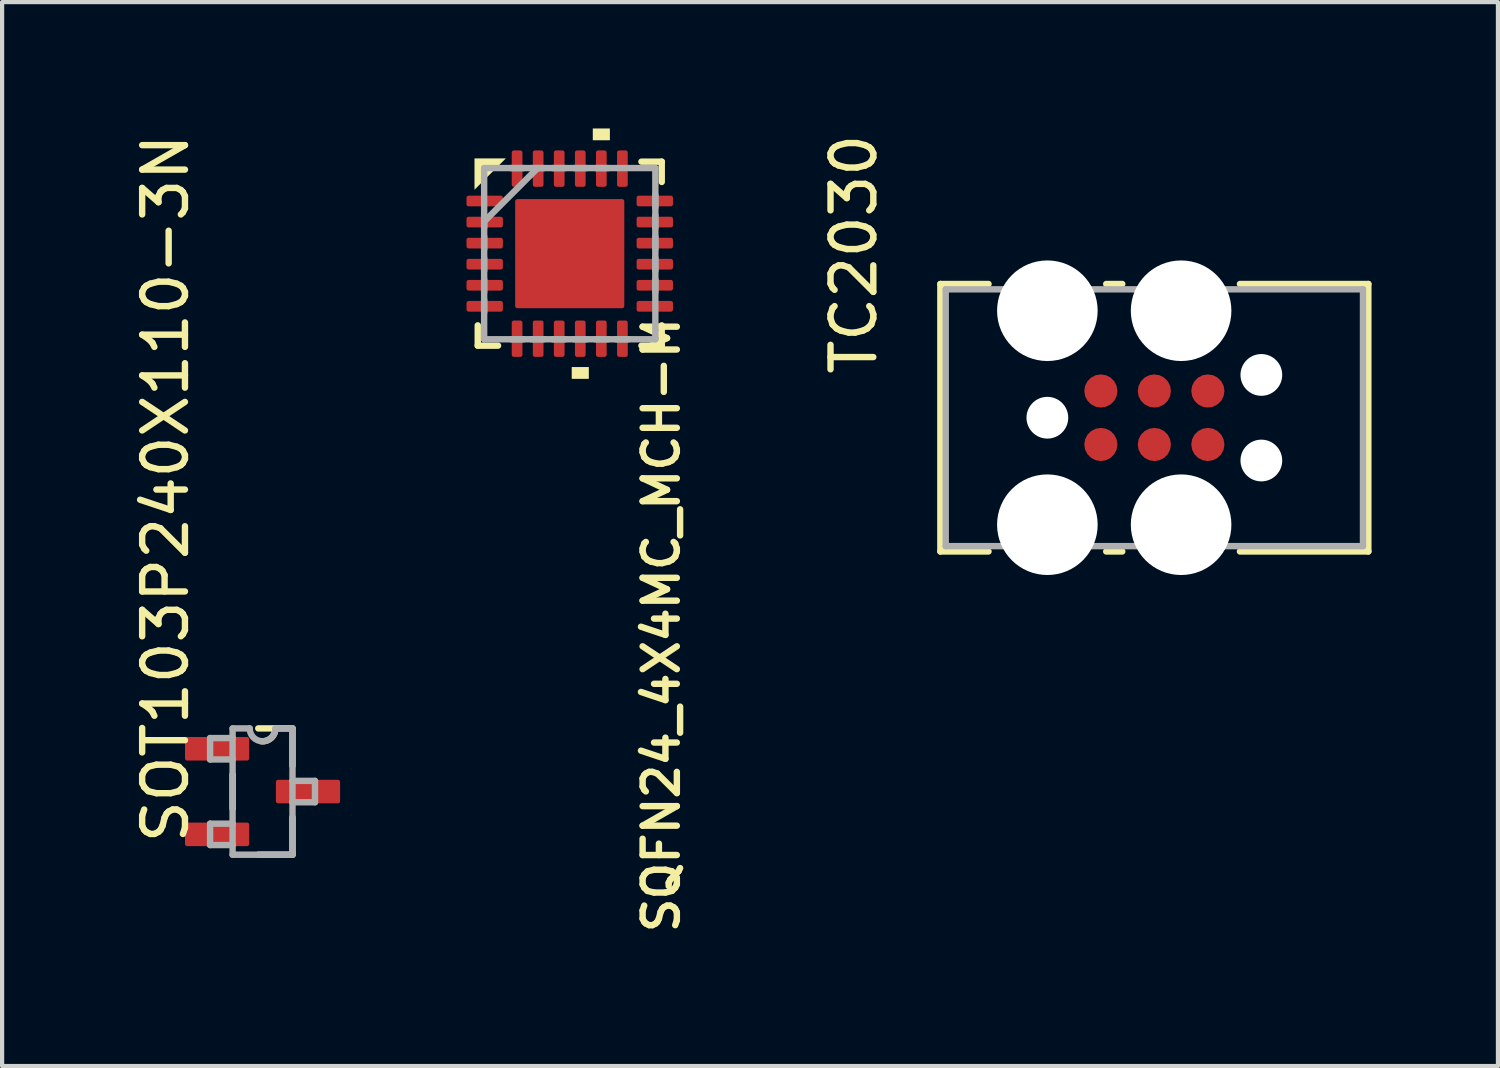
<source format=kicad_pcb>
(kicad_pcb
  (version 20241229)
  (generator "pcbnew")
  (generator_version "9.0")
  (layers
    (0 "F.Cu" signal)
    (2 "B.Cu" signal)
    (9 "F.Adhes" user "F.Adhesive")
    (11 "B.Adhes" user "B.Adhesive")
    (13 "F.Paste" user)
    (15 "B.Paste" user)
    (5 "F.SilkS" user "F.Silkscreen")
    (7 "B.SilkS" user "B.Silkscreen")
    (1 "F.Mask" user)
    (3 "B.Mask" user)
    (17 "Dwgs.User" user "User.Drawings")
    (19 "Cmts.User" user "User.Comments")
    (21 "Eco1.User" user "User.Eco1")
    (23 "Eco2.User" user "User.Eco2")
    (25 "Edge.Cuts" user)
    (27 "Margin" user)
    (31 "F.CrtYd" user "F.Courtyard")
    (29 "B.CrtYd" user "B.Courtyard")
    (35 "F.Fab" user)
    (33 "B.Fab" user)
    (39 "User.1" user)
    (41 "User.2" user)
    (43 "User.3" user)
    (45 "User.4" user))
  (footprint "SOT103P240X110-3N"
    (layer "F.Cu")
    (at 3.183 15.742)
    (property "Reference" "SOT103P240X110-3N" (at -1.71 1.3 90) (layer "F.SilkS") (effects (font (size 1.016 1.016) (thickness 0.152)) (justify left bottom)))
    (attr smd)
    (fp_line (start -0.711 -0.406) (end -0.711 0.406) (stroke (width 0.152) (type solid)) (layer "F.SilkS"))
    (fp_line (start -0.102 1.499) (end 0.711 1.499) (stroke (width 0.152) (type solid)) (layer "F.SilkS"))
    (fp_line (start 0.305 -1.499) (end -0.102 -1.499) (stroke (width 0.152) (type solid)) (layer "F.SilkS"))
    (fp_line (start 0.711 -1.499) (end 0.305 -1.499) (stroke (width 0.152) (type solid)) (layer "F.SilkS"))
    (fp_line (start 0.711 -0.61) (end 0.711 -1.499) (stroke (width 0.152) (type solid)) (layer "F.SilkS"))
    (fp_line (start 0.711 1.499) (end 0.711 0.61) (stroke (width 0.152) (type solid)) (layer "F.SilkS"))
    (fp_arc (start 0.3048 -1.4986) (mid 0.206758 -1.273554) (end -0.0254 -1.1938) (stroke (width 0.1524) (type solid)) (layer "F.SilkS"))
    (fp_line (start -1.245 -1.27) (end -1.245 -0.762) (stroke (width 0.152) (type solid)) (layer "F.Fab"))
    (fp_line (start -1.245 -0.762) (end -0.711 -0.762) (stroke (width 0.152) (type solid)) (layer "F.Fab"))
    (fp_line (start -1.245 0.762) (end -1.245 1.27) (stroke (width 0.152) (type solid)) (layer "F.Fab"))
    (fp_line (start -1.245 1.27) (end -0.711 1.27) (stroke (width 0.152) (type solid)) (layer "F.Fab"))
    (fp_line (start -0.711 -1.499) (end -0.711 -1.27) (stroke (width 0.152) (type solid)) (layer "F.Fab"))
    (fp_line (start -0.711 -1.27) (end -1.245 -1.27) (stroke (width 0.152) (type solid)) (layer "F.Fab"))
    (fp_line (start -0.711 -1.27) (end -0.711 -0.762) (stroke (width 0.152) (type solid)) (layer "F.Fab"))
    (fp_line (start -0.711 -0.762) (end -0.711 0.762) (stroke (width 0.152) (type solid)) (layer "F.Fab"))
    (fp_line (start -0.711 0.762) (end -1.245 0.762) (stroke (width 0.152) (type solid)) (layer "F.Fab"))
    (fp_line (start -0.711 1.27) (end -0.711 0.762) (stroke (width 0.152) (type solid)) (layer "F.Fab"))
    (fp_line (start -0.711 1.499) (end -0.711 1.27) (stroke (width 0.152) (type solid)) (layer "F.Fab"))
    (fp_line (start -0.711 1.499) (end 0.711 1.499) (stroke (width 0.152) (type solid)) (layer "F.Fab"))
    (fp_line (start -0.305 -1.499) (end -0.711 -1.499) (stroke (width 0.152) (type solid)) (layer "F.Fab"))
    (fp_line (start 0.711 -1.499) (end 0.305 -1.499) (stroke (width 0.152) (type solid)) (layer "F.Fab"))
    (fp_line (start 0.711 -0.254) (end 0.711 -1.499) (stroke (width 0.152) (type solid)) (layer "F.Fab"))
    (fp_line (start 0.711 0.254) (end 0.711 -0.254) (stroke (width 0.152) (type solid)) (layer "F.Fab"))
    (fp_line (start 0.711 0.254) (end 1.245 0.254) (stroke (width 0.152) (type solid)) (layer "F.Fab"))
    (fp_line (start 0.711 1.499) (end 0.711 0.254) (stroke (width 0.152) (type solid)) (layer "F.Fab"))
    (fp_line (start 1.245 -0.254) (end 0.711 -0.254) (stroke (width 0.152) (type solid)) (layer "F.Fab"))
    (fp_line (start 1.245 0.254) (end 1.245 -0.254) (stroke (width 0.152) (type solid)) (layer "F.Fab"))
    (fp_arc (start 0.3048 -1.4986) (mid 0 -1.1938) (end -0.3048 -1.4986) (stroke (width 0.1524) (type solid)) (layer "F.Fab"))
    (pad "1" smd roundrect (at -1.079 -1.016) (size 1.524 0.559) (layers "F.Cu" "F.Mask" "F.Paste") (roundrect_rratio 0.091))
    (pad "2" smd roundrect (at -1.079 1.016) (size 1.524 0.559) (layers "F.Cu" "F.Mask" "F.Paste") (roundrect_rratio 0.091))
    (pad "3" smd roundrect (at 1.079 0) (size 1.524 0.559) (layers "F.Cu" "F.Mask" "F.Paste") (roundrect_rratio 0.091)))
  (footprint "SQFN24_4X4MC_MCH-M"
    (layer "F.Cu")
    (at 10.476 2.972)
    (property "Reference" "SQFN24_4X4MC_MCH-M" (at 2.65 1.44 90) (layer "F.SilkS") (effects (font (size 0.813 0.813) (thickness 0.152)) (justify right bottom)))
    (attr smd)
    (fp_line (start -2.184 1.702) (end -2.184 2.184) (stroke (width 0.152) (type solid)) (layer "F.SilkS"))
    (fp_line (start -2.184 2.184) (end -1.702 2.184) (stroke (width 0.152) (type solid)) (layer "F.SilkS"))
    (fp_line (start 1.702 2.184) (end 2.184 2.184) (stroke (width 0.152) (type solid)) (layer "F.SilkS"))
    (fp_line (start 2.184 -2.184) (end 1.702 -2.184) (stroke (width 0.152) (type solid)) (layer "F.SilkS"))
    (fp_line (start 2.184 -1.702) (end 2.184 -2.184) (stroke (width 0.152) (type solid)) (layer "F.SilkS"))
    (fp_line (start 2.184 2.184) (end 2.184 1.702) (stroke (width 0.152) (type solid)) (layer "F.SilkS"))
    (fp_poly (pts (xy -2.261 -1.518) (xy -2.261 -2.261) (xy -1.518 -2.261)) (stroke (width 0) (type default)) (fill yes) (layer "F.SilkS"))
    (fp_poly (pts (xy 0.453 2.972) (xy 0.047 2.972) (xy 0.047 2.692) (xy 0.453 2.692)) (stroke (width 0) (type default)) (fill yes) (layer "F.SilkS"))
    (fp_poly (pts (xy 0.953 -2.692) (xy 0.547 -2.692) (xy 0.547 -2.972) (xy 0.953 -2.972)) (stroke (width 0) (type default)) (fill yes) (layer "F.SilkS"))
    (fp_poly (pts (xy -0.087 -0.087) (xy -1.208 -0.087) (xy -1.208 -1.208) (xy -0.087 -1.208)) (stroke (width 0) (type default)) (fill yes) (layer "F.Paste"))
    (fp_poly (pts (xy -0.087 1.208) (xy -1.208 1.208) (xy -1.208 0.087) (xy -0.087 0.087)) (stroke (width 0) (type default)) (fill yes) (layer "F.Paste"))
    (fp_poly (pts (xy 1.208 -0.087) (xy 0.087 -0.087) (xy 0.087 -1.208) (xy 1.208 -1.208)) (stroke (width 0) (type default)) (fill yes) (layer "F.Paste"))
    (fp_poly (pts (xy 1.208 1.208) (xy 0.087 1.208) (xy 0.087 0.087) (xy 1.208 0.087)) (stroke (width 0) (type default)) (fill yes) (layer "F.Paste"))
    (fp_line (start -2.032 -2.032) (end -2.032 2.032) (stroke (width 0.152) (type solid)) (layer "F.Fab"))
    (fp_line (start -2.032 -0.914) (end -2.032 -0.61) (stroke (width 0.152) (type solid)) (layer "F.Fab"))
    (fp_line (start -2.032 -0.762) (end -0.762 -2.032) (stroke (width 0.152) (type solid)) (layer "F.Fab"))
    (fp_line (start -2.032 -0.406) (end -2.032 -0.102) (stroke (width 0.152) (type solid)) (layer "F.Fab"))
    (fp_line (start -2.032 0.102) (end -2.032 0.406) (stroke (width 0.152) (type solid)) (layer "F.Fab"))
    (fp_line (start -2.032 0.61) (end -2.032 0.914) (stroke (width 0.152) (type solid)) (layer "F.Fab"))
    (fp_line (start -2.032 1.092) (end -2.032 1.397) (stroke (width 0.152) (type solid)) (layer "F.Fab"))
    (fp_line (start -2.032 2.032) (end 2.032 2.032) (stroke (width 0.152) (type solid)) (layer "F.Fab"))
    (fp_line (start -1.397 2.032) (end -1.092 2.032) (stroke (width 0.152) (type solid)) (layer "F.Fab"))
    (fp_line (start -1.092 -2.032) (end -1.397 -2.032) (stroke (width 0.152) (type solid)) (layer "F.Fab"))
    (fp_line (start -0.914 2.032) (end -0.61 2.032) (stroke (width 0.152) (type solid)) (layer "F.Fab"))
    (fp_line (start -0.61 -2.032) (end -0.914 -2.032) (stroke (width 0.152) (type solid)) (layer "F.Fab"))
    (fp_line (start -0.406 2.032) (end -0.102 2.032) (stroke (width 0.152) (type solid)) (layer "F.Fab"))
    (fp_line (start -0.102 -2.032) (end -0.406 -2.032) (stroke (width 0.152) (type solid)) (layer "F.Fab"))
    (fp_line (start 0.102 2.032) (end 0.406 2.032) (stroke (width 0.152) (type solid)) (layer "F.Fab"))
    (fp_line (start 0.406 -2.032) (end 0.102 -2.032) (stroke (width 0.152) (type solid)) (layer "F.Fab"))
    (fp_line (start 0.61 2.032) (end 0.914 2.032) (stroke (width 0.152) (type solid)) (layer "F.Fab"))
    (fp_line (start 0.914 -2.032) (end 0.61 -2.032) (stroke (width 0.152) (type solid)) (layer "F.Fab"))
    (fp_line (start 1.092 2.032) (end 1.397 2.032) (stroke (width 0.152) (type solid)) (layer "F.Fab"))
    (fp_line (start 2.032 -2.032) (end -2.032 -2.032) (stroke (width 0.152) (type solid)) (layer "F.Fab"))
    (fp_line (start 2.032 -1.092) (end 2.032 -1.397) (stroke (width 0.152) (type solid)) (layer "F.Fab"))
    (fp_line (start 2.032 -0.61) (end 2.032 -0.914) (stroke (width 0.152) (type solid)) (layer "F.Fab"))
    (fp_line (start 2.032 -0.102) (end 2.032 -0.406) (stroke (width 0.152) (type solid)) (layer "F.Fab"))
    (fp_line (start 2.032 0.406) (end 2.032 0.102) (stroke (width 0.152) (type solid)) (layer "F.Fab"))
    (fp_line (start 2.032 0.914) (end 2.032 0.61) (stroke (width 0.152) (type solid)) (layer "F.Fab"))
    (fp_line (start 2.032 2.032) (end 2.032 -2.032) (stroke (width 0.152) (type solid)) (layer "F.Fab"))
    (pad "1" smd roundrect (at -2.019 -1.25 270) (size 0.254 0.864) (layers "F.Cu" "F.Mask" "F.Paste") (roundrect_rratio 0.2))
    (pad "2" smd roundrect (at -2.019 -0.75 270) (size 0.254 0.864) (layers "F.Cu" "F.Mask" "F.Paste") (roundrect_rratio 0.2))
    (pad "3" smd roundrect (at -2.019 -0.25 270) (size 0.254 0.864) (layers "F.Cu" "F.Mask" "F.Paste") (roundrect_rratio 0.2))
    (pad "4" smd roundrect (at -2.019 0.25 270) (size 0.254 0.864) (layers "F.Cu" "F.Mask" "F.Paste") (roundrect_rratio 0.2))
    (pad "5" smd roundrect (at -2.019 0.75 270) (size 0.254 0.864) (layers "F.Cu" "F.Mask" "F.Paste") (roundrect_rratio 0.2))
    (pad "6" smd roundrect (at -2.019 1.25 270) (size 0.254 0.864) (layers "F.Cu" "F.Mask" "F.Paste") (roundrect_rratio 0.2))
    (pad "7" smd roundrect (at -1.25 2.019 180) (size 0.254 0.864) (layers "F.Cu" "F.Mask" "F.Paste") (roundrect_rratio 0.2))
    (pad "8" smd roundrect (at -0.75 2.019 180) (size 0.254 0.864) (layers "F.Cu" "F.Mask" "F.Paste") (roundrect_rratio 0.2))
    (pad "9" smd roundrect (at -0.25 2.019 180) (size 0.254 0.864) (layers "F.Cu" "F.Mask" "F.Paste") (roundrect_rratio 0.2))
    (pad "10" smd roundrect (at 0.25 2.019 180) (size 0.254 0.864) (layers "F.Cu" "F.Mask" "F.Paste") (roundrect_rratio 0.2))
    (pad "11" smd roundrect (at 0.75 2.019 180) (size 0.254 0.864) (layers "F.Cu" "F.Mask" "F.Paste") (roundrect_rratio 0.2))
    (pad "12" smd roundrect (at 1.25 2.019 180) (size 0.254 0.864) (layers "F.Cu" "F.Mask" "F.Paste") (roundrect_rratio 0.2))
    (pad "13" smd roundrect (at 2.019 1.25 270) (size 0.254 0.864) (layers "F.Cu" "F.Mask" "F.Paste") (roundrect_rratio 0.2))
    (pad "14" smd roundrect (at 2.019 0.75 270) (size 0.254 0.864) (layers "F.Cu" "F.Mask" "F.Paste") (roundrect_rratio 0.2))
    (pad "15" smd roundrect (at 2.019 0.25 270) (size 0.254 0.864) (layers "F.Cu" "F.Mask" "F.Paste") (roundrect_rratio 0.2))
    (pad "16" smd roundrect (at 2.019 -0.25 270) (size 0.254 0.864) (layers "F.Cu" "F.Mask" "F.Paste") (roundrect_rratio 0.2))
    (pad "17" smd roundrect (at 2.019 -0.75 270) (size 0.254 0.864) (layers "F.Cu" "F.Mask" "F.Paste") (roundrect_rratio 0.2))
    (pad "18" smd roundrect (at 2.019 -1.25 270) (size 0.254 0.864) (layers "F.Cu" "F.Mask" "F.Paste") (roundrect_rratio 0.2))
    (pad "19" smd roundrect (at 1.25 -2.019 180) (size 0.254 0.864) (layers "F.Cu" "F.Mask" "F.Paste") (roundrect_rratio 0.2))
    (pad "20" smd roundrect (at 0.75 -2.019 180) (size 0.254 0.864) (layers "F.Cu" "F.Mask" "F.Paste") (roundrect_rratio 0.2))
    (pad "21" smd roundrect (at 0.25 -2.019 180) (size 0.254 0.864) (layers "F.Cu" "F.Mask" "F.Paste") (roundrect_rratio 0.2))
    (pad "22" smd roundrect (at -0.25 -2.019 180) (size 0.254 0.864) (layers "F.Cu" "F.Mask" "F.Paste") (roundrect_rratio 0.2))
    (pad "23" smd roundrect (at -0.75 -2.019 180) (size 0.254 0.864) (layers "F.Cu" "F.Mask" "F.Paste") (roundrect_rratio 0.2))
    (pad "24" smd roundrect (at -1.25 -2.019 180) (size 0.254 0.864) (layers "F.Cu" "F.Mask" "F.Paste") (roundrect_rratio 0.2))
    (pad "25" smd roundrect (at 0 0) (size 2.591 2.591) (layers "F.Cu" "F.Mask") (roundrect_rratio 0.02)))
  (footprint "TC2030"
    (layer "F.Cu")
    (at 24.355 6.867)
    (property "Reference" "TC2030" (at -6.54 -0.953 90) (layer "F.SilkS") (effects (font (size 1.016 1.016) (thickness 0.152)) (justify left bottom)))
    (fp_line (start -5.08 -3.175) (end -5.08 3.175) (stroke (width 0.152) (type solid)) (layer "F.SilkS"))
    (fp_line (start -5.08 3.175) (end -3.937 3.175) (stroke (width 0.152) (type solid)) (layer "F.SilkS"))
    (fp_line (start -3.937 -3.175) (end -5.08 -3.175) (stroke (width 0.152) (type solid)) (layer "F.SilkS"))
    (fp_line (start -1.143 3.175) (end -0.762 3.175) (stroke (width 0.152) (type solid)) (layer "F.SilkS"))
    (fp_line (start -0.762 -3.175) (end -1.143 -3.175) (stroke (width 0.152) (type solid)) (layer "F.SilkS"))
    (fp_line (start 2.032 3.175) (end 5.08 3.175) (stroke (width 0.152) (type solid)) (layer "F.SilkS"))
    (fp_line (start 5.08 -3.175) (end 2.032 -3.175) (stroke (width 0.152) (type solid)) (layer "F.SilkS"))
    (fp_line (start 5.08 3.175) (end 5.08 -3.175) (stroke (width 0.152) (type solid)) (layer "F.SilkS"))
    (fp_line (start -4.953 -3.048) (end -4.953 3.048) (stroke (width 0.152) (type solid)) (layer "F.Fab"))
    (fp_line (start -4.953 3.048) (end 4.953 3.048) (stroke (width 0.152) (type solid)) (layer "F.Fab"))
    (fp_line (start 4.953 -3.048) (end -4.953 -3.048) (stroke (width 0.152) (type solid)) (layer "F.Fab"))
    (fp_line (start 4.953 3.048) (end 4.953 -3.048) (stroke (width 0.152) (type solid)) (layer "F.Fab"))
    (pad "" np_thru_hole circle (at -2.54 -2.54) (size 2.388 2.388) (drill 2.388) (layers "*.Cu" "*.Mask"))
    (pad "" np_thru_hole circle (at -2.54 0) (size 0.991 0.991) (drill 0.991) (layers "*.Cu" "*.Mask"))
    (pad "" np_thru_hole circle (at -2.54 2.54) (size 2.388 2.388) (drill 2.388) (layers "*.Cu" "*.Mask"))
    (pad "" np_thru_hole circle (at 0.635 -2.54) (size 2.388 2.388) (drill 2.388) (layers "*.Cu" "*.Mask"))
    (pad "" np_thru_hole circle (at 0.635 2.54) (size 2.388 2.388) (drill 2.388) (layers "*.Cu" "*.Mask"))
    (pad "" np_thru_hole circle (at 2.54 -1.016) (size 0.991 0.991) (drill 0.991) (layers "*.Cu" "*.Mask"))
    (pad "" np_thru_hole circle (at 2.54 1.016) (size 0.991 0.991) (drill 0.991) (layers "*.Cu" "*.Mask"))
    (pad "1" smd roundrect (at -1.27 0.635) (size 0.787 0.787) (layers "F.Cu" "F.Mask") (roundrect_rratio 0.5))
    (pad "2" smd roundrect (at -1.27 -0.635) (size 0.787 0.787) (layers "F.Cu" "F.Mask") (roundrect_rratio 0.5))
    (pad "3" smd roundrect (at 0 0.635) (size 0.787 0.787) (layers "F.Cu" "F.Mask") (roundrect_rratio 0.5))
    (pad "4" smd roundrect (at 0 -0.635) (size 0.787 0.787) (layers "F.Cu" "F.Mask") (roundrect_rratio 0.5))
    (pad "5" smd roundrect (at 1.27 0.635) (size 0.787 0.787) (layers "F.Cu" "F.Mask") (roundrect_rratio 0.5))
    (pad "6" smd roundrect (at 1.27 -0.635) (size 0.787 0.787) (layers "F.Cu" "F.Mask") (roundrect_rratio 0.5)))
  (gr_rect
    (start -3 -3)
    (end 32.512 22.259)
    (stroke (width 0.1) (type default))
    (fill no)
    (layer "Edge.Cuts")))
</source>
